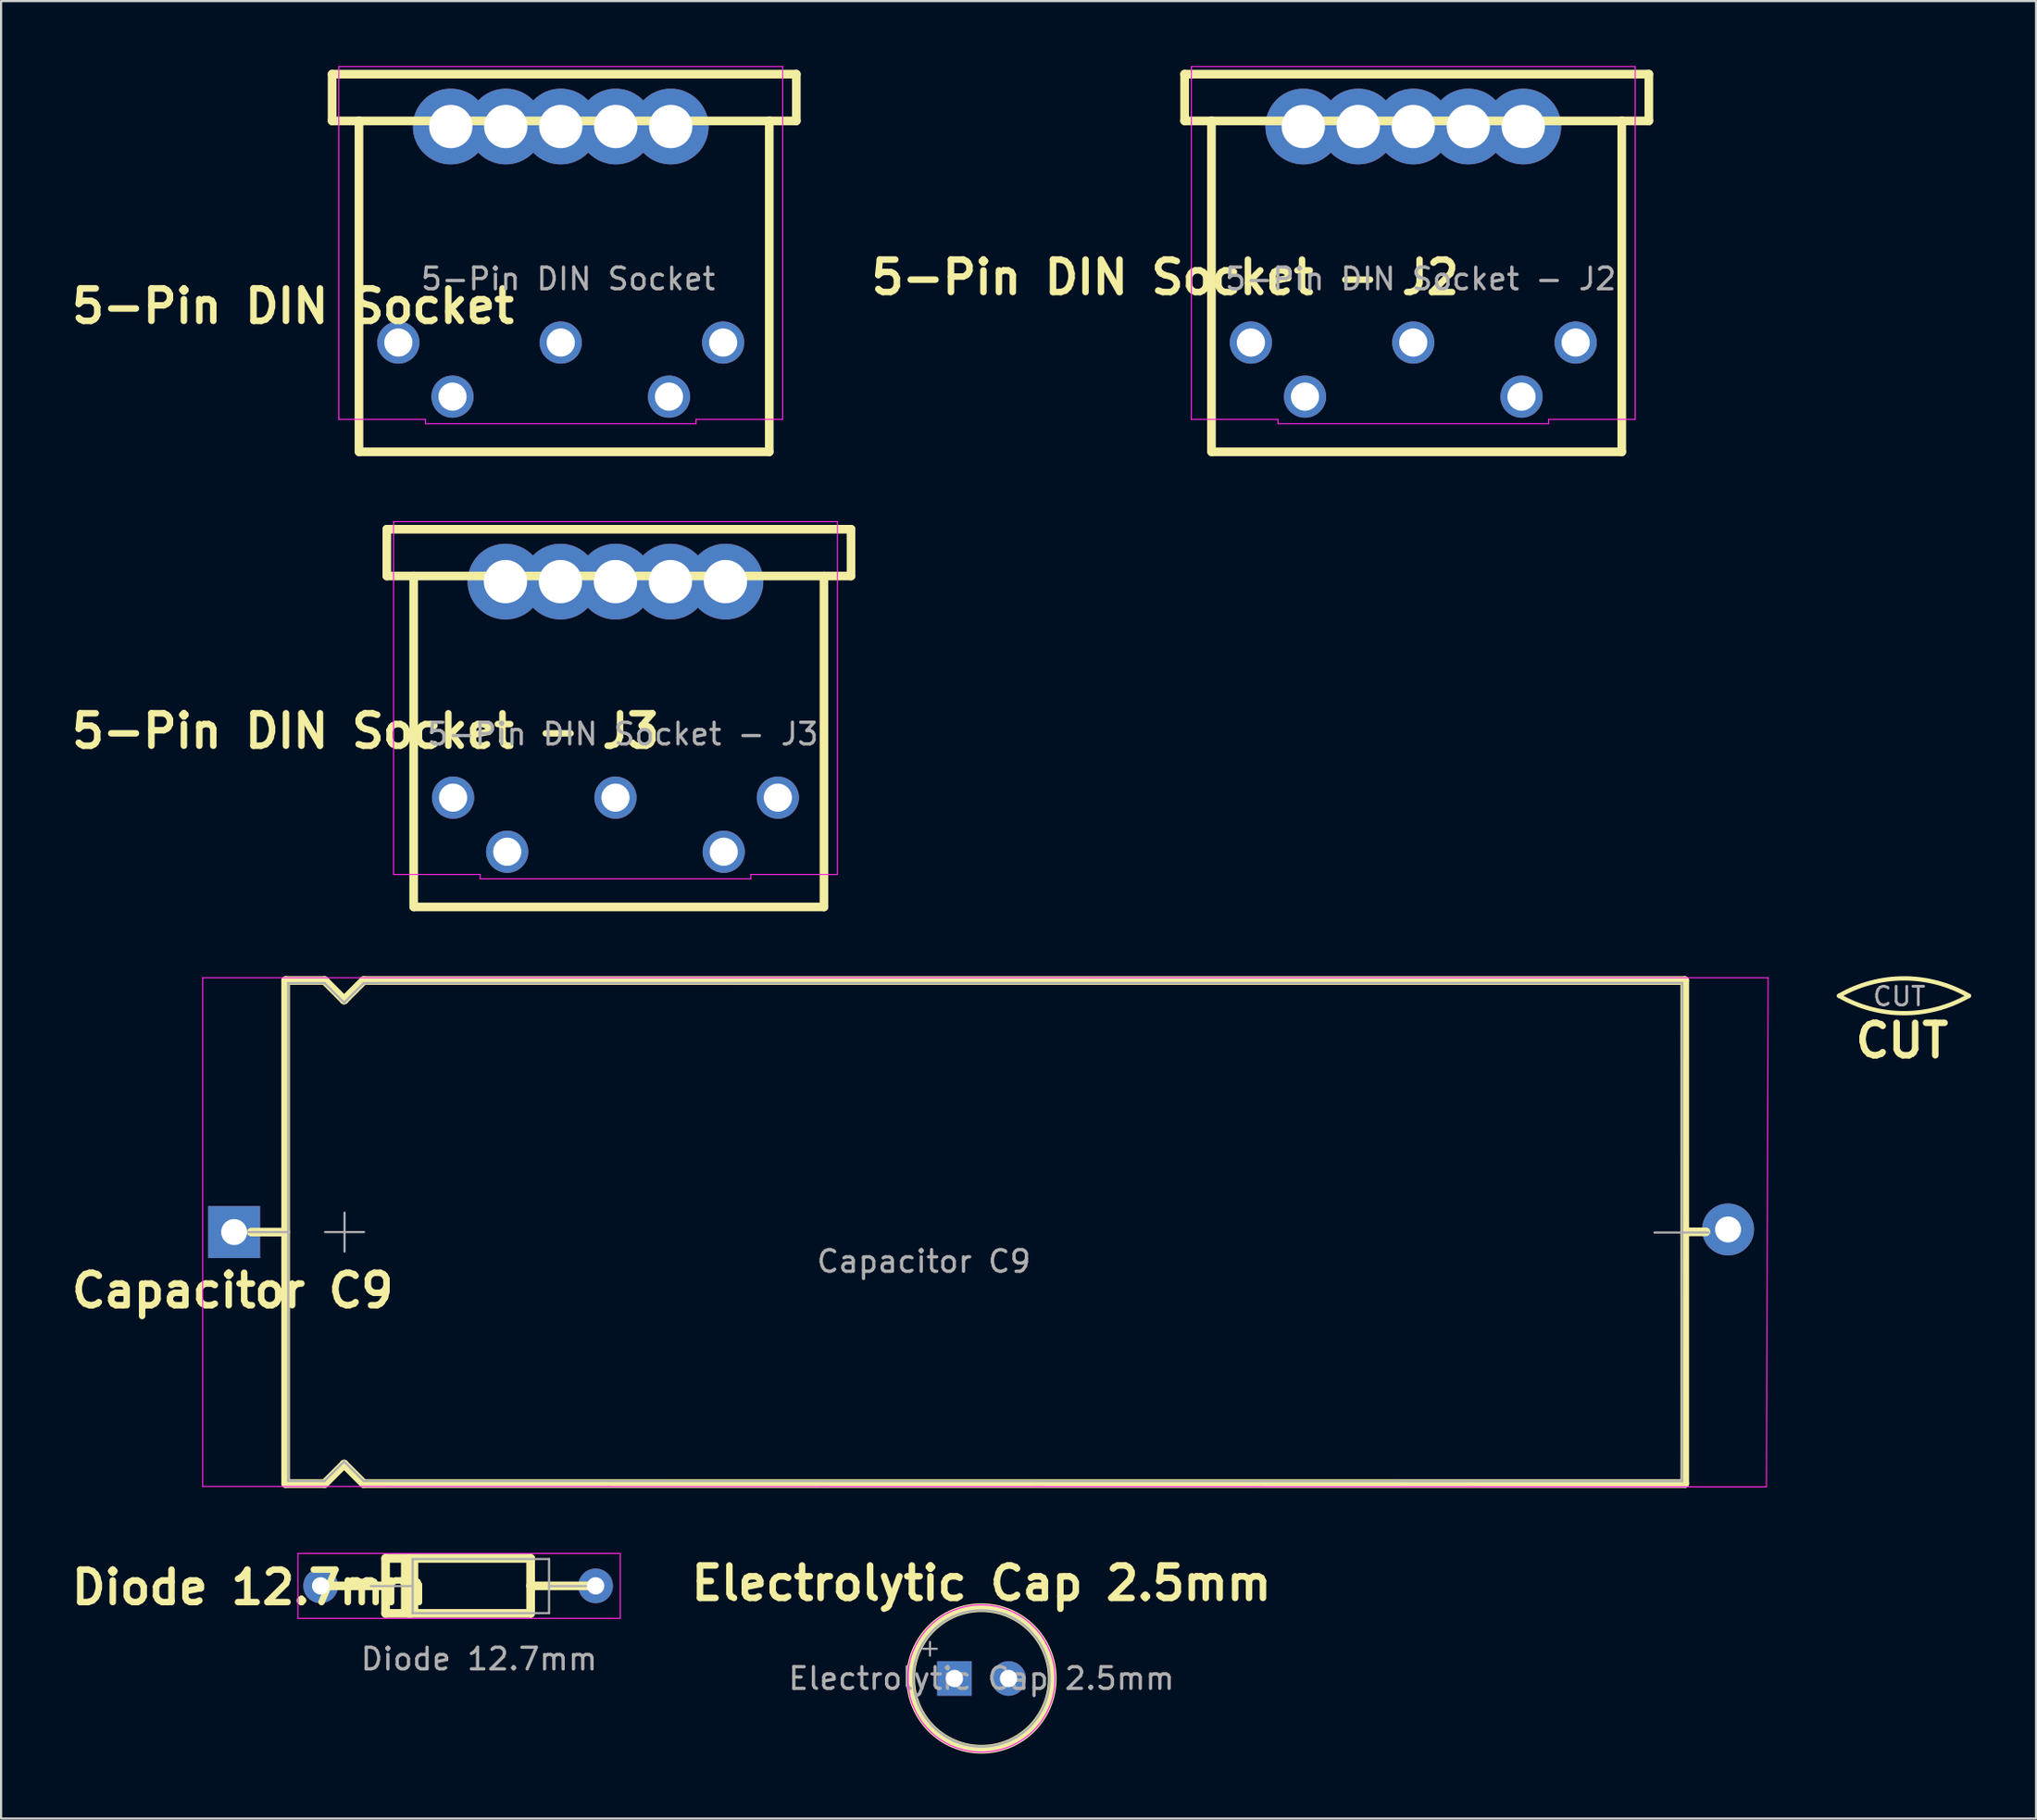
<source format=kicad_pcb>
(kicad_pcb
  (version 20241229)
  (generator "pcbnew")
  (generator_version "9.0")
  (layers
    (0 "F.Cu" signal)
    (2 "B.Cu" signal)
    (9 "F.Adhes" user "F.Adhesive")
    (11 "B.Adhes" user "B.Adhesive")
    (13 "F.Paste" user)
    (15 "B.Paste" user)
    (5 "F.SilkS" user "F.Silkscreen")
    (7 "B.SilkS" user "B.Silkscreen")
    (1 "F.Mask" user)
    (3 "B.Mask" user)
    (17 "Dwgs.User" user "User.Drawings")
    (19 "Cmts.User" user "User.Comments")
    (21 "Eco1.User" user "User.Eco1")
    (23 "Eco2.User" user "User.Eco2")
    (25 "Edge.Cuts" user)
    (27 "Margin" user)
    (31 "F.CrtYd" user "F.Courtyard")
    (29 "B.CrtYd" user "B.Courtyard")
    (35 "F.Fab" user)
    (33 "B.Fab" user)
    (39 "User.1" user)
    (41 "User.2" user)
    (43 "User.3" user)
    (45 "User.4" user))
  (footprint "5-Pin DIN Socket - J2"
    (layer "F.Cu")
    (at 62.214 9.435)
    (property "Reference" "5-Pin DIN Socket - J2" (at -11.45 0.328 0) (unlocked yes) (layer "F.SilkS") (effects (font (size 1.5 1.5) (thickness 0.3) (bold yes))))
    (attr through_hole)
    (fp_line (start -10.55 -9.06) (end -10.55 -6.9) (stroke (width 0.4) (type default)) (layer "F.SilkS"))
    (fp_line (start -10.55 -6.9) (end -9.31 -6.9) (stroke (width 0.4) (type default)) (layer "F.SilkS"))
    (fp_line (start -9.31 -6.9) (end -9.31 8.39) (stroke (width 0.4) (type default)) (layer "F.SilkS"))
    (fp_line (start -9.31 -6.9) (end 9.64 -6.9) (stroke (width 0.4) (type default)) (layer "F.SilkS"))
    (fp_line (start -9.29 8.39) (end 9.64 8.39) (stroke (width 0.4) (type default)) (layer "F.SilkS"))
    (fp_line (start 9.64 8.39) (end 9.64 -6.9) (stroke (width 0.4) (type default)) (layer "F.SilkS"))
    (fp_line (start 9.655 -6.9) (end 10.89 -6.9) (stroke (width 0.4) (type default)) (layer "F.SilkS"))
    (fp_line (start 10.89 -9.06) (end -10.55 -9.06) (stroke (width 0.4) (type default)) (layer "F.SilkS"))
    (fp_line (start 10.89 -6.9) (end 10.89 -9.06) (stroke (width 0.4) (type default)) (layer "F.SilkS"))
    (fp_line (start -10.24 -9.41) (end 10.26 -9.41) (stroke (width 0.05) (type solid)) (layer "F.CrtYd"))
    (fp_line (start -10.24 6.89) (end -10.24 -9.41) (stroke (width 0.05) (type solid)) (layer "F.CrtYd"))
    (fp_line (start -6.24 6.89) (end -10.24 6.89) (stroke (width 0.05) (type solid)) (layer "F.CrtYd"))
    (fp_line (start -6.24 7.09) (end -6.24 6.89) (stroke (width 0.05) (type solid)) (layer "F.CrtYd"))
    (fp_line (start 6.26 6.89) (end 6.26 7.09) (stroke (width 0.05) (type solid)) (layer "F.CrtYd"))
    (fp_line (start 6.26 7.09) (end -6.24 7.09) (stroke (width 0.05) (type solid)) (layer "F.CrtYd"))
    (fp_line (start 10.26 -9.41) (end 10.26 6.89) (stroke (width 0.05) (type solid)) (layer "F.CrtYd"))
    (fp_line (start 10.26 6.89) (end 6.26 6.89) (stroke (width 0.05) (type solid)) (layer "F.CrtYd"))
    (fp_text user "${REFERENCE}" (at 0.35 0.4 0) (unlocked yes) (layer "F.Fab") (effects (font (size 1 1) (thickness 0.15))))
    (pad "1" thru_hole circle (at -7.49 3.34 180) (size 1.95 1.95) (drill 1.3) (layers "*.Cu" "*.Mask"))
    (pad "2" thru_hole circle (at 0.01 3.34 180) (size 1.95 1.95) (drill 1.3) (layers "*.Cu" "*.Mask"))
    (pad "3" thru_hole circle (at 7.51 3.34 180) (size 1.95 1.95) (drill 1.3) (layers "*.Cu" "*.Mask"))
    (pad "4" thru_hole circle (at -4.99 5.84 180) (size 1.95 1.95) (drill 1.3) (layers "*.Cu" "*.Mask"))
    (pad "5" thru_hole circle (at -5.07 -6.64 180) (size 3.5 3.5) (drill 2) (layers "*.Cu" "*.Mask"))
    (pad "5" thru_hole circle (at -2.53 -6.64 180) (size 3.5 3.5) (drill 2) (layers "*.Cu" "*.Mask"))
    (pad "5" thru_hole circle (at 0.01 -6.64 180) (size 3.5 3.5) (drill 2) (layers "*.Cu" "*.Mask"))
    (pad "5" thru_hole circle (at 2.55 -6.64 180) (size 3.5 3.5) (drill 2) (layers "*.Cu" "*.Mask"))
    (pad "5" thru_hole circle (at 5.01 5.84 180) (size 1.95 1.95) (drill 1.3) (layers "*.Cu" "*.Mask"))
    (pad "5" thru_hole circle (at 5.09 -6.64 180) (size 3.5 3.5) (drill 2) (layers "*.Cu" "*.Mask")))
  (footprint "Capacitor C9"
    (layer "F.Cu")
    (at 39.618 52.725)
    (property "Reference" "Capacitor C9" (at -31.925 3.845 0) (unlocked yes) (layer "F.SilkS") (effects (font (size 1.5 1.5) (thickness 0.3) (bold yes))))
    (attr through_hole)
    (fp_line (start -31.06 1.145) (end -29.475 1.145) (stroke (width 0.4) (type solid)) (layer "F.SilkS"))
    (fp_line (start -29.475 -10.475) (end -29.475 12.765) (stroke (width 0.4) (type solid)) (layer "F.SilkS"))
    (fp_line (start -29.475 -10.475) (end -27.675 -10.475) (stroke (width 0.4) (type solid)) (layer "F.SilkS"))
    (fp_line (start -29.475 12.765) (end -27.675 12.765) (stroke (width 0.4) (type solid)) (layer "F.SilkS"))
    (fp_line (start -27.675 -10.475) (end -26.775 -9.575) (stroke (width 0.4) (type solid)) (layer "F.SilkS"))
    (fp_line (start -27.675 12.765) (end -26.775 11.865) (stroke (width 0.4) (type solid)) (layer "F.SilkS"))
    (fp_line (start -26.775 -9.575) (end -25.875 -10.475) (stroke (width 0.4) (type solid)) (layer "F.SilkS"))
    (fp_line (start -26.775 11.865) (end -25.875 12.765) (stroke (width 0.4) (type solid)) (layer "F.SilkS"))
    (fp_line (start -25.875 -10.475) (end 35.145 -10.475) (stroke (width 0.4) (type solid)) (layer "F.SilkS"))
    (fp_line (start -25.875 12.765) (end 35.145 12.765) (stroke (width 0.4) (type solid)) (layer "F.SilkS"))
    (fp_line (start 35.145 -10.475) (end 35.145 12.765) (stroke (width 0.4) (type solid)) (layer "F.SilkS"))
    (fp_line (start 36.125 1.135) (end 35.185 1.135) (stroke (width 0.4) (type solid)) (layer "F.SilkS"))
    (fp_line (start -33.305 -10.605) (end -33.305 12.895) (stroke (width 0.05) (type solid)) (layer "F.CrtYd"))
    (fp_line (start -33.305 12.895) (end 38.915 12.915) (stroke (width 0.05) (type solid)) (layer "F.CrtYd"))
    (fp_line (start 38.915 12.915) (end 38.995 -10.605) (stroke (width 0.05) (type solid)) (layer "F.CrtYd"))
    (fp_line (start 38.995 -10.605) (end -33.305 -10.605) (stroke (width 0.05) (type solid)) (layer "F.CrtYd"))
    (fp_line (start -31.855 1.145) (end -29.355 1.145) (stroke (width 0.1) (type solid)) (layer "F.Fab"))
    (fp_line (start -29.355 -10.355) (end -29.355 12.645) (stroke (width 0.1) (type solid)) (layer "F.Fab"))
    (fp_line (start -29.355 -10.355) (end -27.675 -10.355) (stroke (width 0.1) (type solid)) (layer "F.Fab"))
    (fp_line (start -29.355 12.645) (end -27.675 12.645) (stroke (width 0.1) (type solid)) (layer "F.Fab"))
    (fp_line (start -27.675 -10.355) (end -26.775 -9.455) (stroke (width 0.1) (type solid)) (layer "F.Fab"))
    (fp_line (start -27.675 12.645) (end -26.775 11.745) (stroke (width 0.1) (type solid)) (layer "F.Fab"))
    (fp_line (start -27.655 1.145) (end -25.855 1.145) (stroke (width 0.1) (type solid)) (layer "F.Fab"))
    (fp_line (start -26.775 -9.455) (end -25.875 -10.355) (stroke (width 0.1) (type solid)) (layer "F.Fab"))
    (fp_line (start -26.775 11.745) (end -25.875 12.645) (stroke (width 0.1) (type solid)) (layer "F.Fab"))
    (fp_line (start -26.755 0.245) (end -26.755 2.045) (stroke (width 0.1) (type solid)) (layer "F.Fab"))
    (fp_line (start -25.875 -10.355) (end 35.035 -10.365) (stroke (width 0.1) (type solid)) (layer "F.Fab"))
    (fp_line (start -25.875 12.645) (end 35.025 12.655) (stroke (width 0.1) (type solid)) (layer "F.Fab"))
    (fp_line (start 35.035 -10.365) (end 35.025 12.655) (stroke (width 0.1) (type solid)) (layer "F.Fab"))
    (fp_line (start 36.245 1.165) (end 33.745 1.165) (stroke (width 0.1) (type solid)) (layer "F.Fab"))
    (fp_text user "${REFERENCE}" (at 0 2.5 0) (unlocked yes) (layer "F.Fab") (effects (font (size 1 1) (thickness 0.15))))
    (pad "1" thru_hole rect (at -31.855 1.145) (size 2.4 2.4) (drill 1.2) (layers "*.Cu" "*.Mask"))
    (pad "2" thru_hole oval (at 37.145 1.025) (size 2.4 2.4) (drill 1.2) (layers "*.Cu" "*.Mask")))
  (footprint "Electrolytic Cap 2.5mm"
    (layer "F.Cu")
    (at 41.031 74.494)
    (property "Reference" "Electrolytic Cap 2.5mm" (at 1.25 -4.4 180) (layer "F.SilkS") (effects (font (size 1.5 1.5) (thickness 0.3) (bold yes))))
    (attr through_hole)
    (fp_circle (center 1.25 0) (end 4.52 0) (stroke (width 0.4) (type solid)) (fill no) (layer "F.SilkS"))
    (fp_circle (center 1.25 0) (end 4.65 0) (stroke (width 0.05) (type solid)) (fill no) (layer "F.CrtYd"))
    (fp_line (start -1.444 -1.373) (end -0.814 -1.373) (stroke (width 0.1) (type solid)) (layer "F.Fab"))
    (fp_line (start -1.129 -1.688) (end -1.129 -1.058) (stroke (width 0.1) (type solid)) (layer "F.Fab"))
    (fp_circle (center 1.25 0) (end 4.4 0) (stroke (width 0.1) (type solid)) (fill no) (layer "F.Fab"))
    (fp_text user "${REFERENCE}" (at 1.25 0 180) (layer "F.Fab") (effects (font (size 1 1) (thickness 0.15))))
    (pad "1" thru_hole rect (at 0 0) (size 1.6 1.6) (drill 0.8) (layers "*.Cu" "*.Mask"))
    (pad "2" thru_hole circle (at 2.5 0) (size 1.6 1.6) (drill 0.8) (layers "*.Cu" "*.Mask")))
  (footprint "Diode 12.7mm"
    (layer "F.Cu")
    (at 19.099 70.195)
    (property "Reference" "Diode 12.7mm" (at -10.62 0.09 0) (unlocked yes) (layer "F.SilkS") (effects (font (size 1.5 1.5) (thickness 0.3) (bold yes))))
    (attr through_hole)
    (fp_line (start -7.34 0.02) (end -4.34 0.02) (stroke (width 0.4) (type default)) (layer "F.SilkS"))
    (fp_line (start -4.34 -1.25) (end 2.36 -1.25) (stroke (width 0.4) (type default)) (layer "F.SilkS"))
    (fp_line (start -4.34 0.02) (end -4.34 -1.25) (stroke (width 0.4) (type default)) (layer "F.SilkS"))
    (fp_line (start -4.34 0.02) (end -4.34 1.29) (stroke (width 0.4) (type default)) (layer "F.SilkS"))
    (fp_line (start -4.34 1.29) (end 2.36 1.29) (stroke (width 0.4) (type default)) (layer "F.SilkS"))
    (fp_line (start -3.23 -1.04) (end -3.23 1.09) (stroke (width 0.8) (type default)) (layer "F.SilkS"))
    (fp_line (start 2.36 0.02) (end 2.36 -1.25) (stroke (width 0.4) (type default)) (layer "F.SilkS"))
    (fp_line (start 2.36 0.02) (end 2.36 1.29) (stroke (width 0.4) (type default)) (layer "F.SilkS"))
    (fp_line (start 5.36 0.02) (end 2.36 0.02) (stroke (width 0.4) (type default)) (layer "F.SilkS"))
    (fp_line (start -8.39 -1.48) (end -8.39 1.52) (stroke (width 0.05) (type solid)) (layer "F.CrtYd"))
    (fp_line (start -8.39 1.52) (end 6.5 1.52) (stroke (width 0.05) (type solid)) (layer "F.CrtYd"))
    (fp_line (start 6.5 -1.48) (end -8.39 -1.48) (stroke (width 0.05) (type solid)) (layer "F.CrtYd"))
    (fp_line (start 6.5 1.515) (end 6.5 -1.475) (stroke (width 0.05) (type solid)) (layer "F.CrtYd"))
    (fp_line (start -5.02 0.03) (end -3.09 0.03) (stroke (width 0.1) (type solid)) (layer "F.Fab"))
    (fp_line (start -3.09 -1.22) (end -3.09 1.28) (stroke (width 0.1) (type solid)) (layer "F.Fab"))
    (fp_line (start -3.09 1.28) (end 3.21 1.28) (stroke (width 0.1) (type solid)) (layer "F.Fab"))
    (fp_line (start 3.21 -1.22) (end -3.09 -1.22) (stroke (width 0.1) (type solid)) (layer "F.Fab"))
    (fp_line (start 3.21 1.28) (end 3.21 -1.22) (stroke (width 0.1) (type solid)) (layer "F.Fab"))
    (fp_line (start 5.14 0.03) (end 3.21 0.03) (stroke (width 0.1) (type solid)) (layer "F.Fab"))
    (fp_text user "${REFERENCE}" (at -0.02 3.4 0) (unlocked yes) (layer "F.Fab") (effects (font (size 1 1) (thickness 0.15))))
    (pad "1" thru_hole circle (at -7.34 0.02) (size 1.6 1.6) (drill 0.8) (layers "*.Cu" "*.Mask"))
    (pad "2" thru_hole oval (at 5.36 0.02) (size 1.6 1.6) (drill 0.8) (layers "*.Cu" "*.Mask")))
  (footprint "CUT"
    (layer "F.Cu")
    (at 81.888 42.954)
    (property "Reference" "CUT" (at 2.91 2.07 0) (layer "F.SilkS") (effects (font (size 1.5 1.5) (thickness 0.3) (bold yes))))
    (attr through_hole)
    (fp_arc (start 0 0) (mid 3 -0.803848) (end 6 0) (stroke (width 0.2) (type default)) (layer "F.SilkS"))
    (fp_arc (start 6 0) (mid 3 0.803848) (end 0 0) (stroke (width 0.2) (type default)) (layer "F.SilkS"))
    (fp_text user "${REFERENCE}" (at 2.78 0.03 0) (layer "F.Fab") (effects (font (size 0.86 0.86) (thickness 0.129)))))
  (footprint "5-Pin DIN Socket - J3"
    (layer "F.Cu")
    (at 25.366 30.46)
    (property "Reference" "5-Pin DIN Socket - J3" (at -11.53 0.263 0) (unlocked yes) (layer "F.SilkS") (effects (font (size 1.5 1.5) (thickness 0.3) (bold yes))))
    (attr through_hole)
    (fp_line (start -10.55 -9.06) (end -10.55 -6.9) (stroke (width 0.4) (type default)) (layer "F.SilkS"))
    (fp_line (start -10.55 -6.9) (end -9.31 -6.9) (stroke (width 0.4) (type default)) (layer "F.SilkS"))
    (fp_line (start -9.31 -6.9) (end -9.31 8.39) (stroke (width 0.4) (type default)) (layer "F.SilkS"))
    (fp_line (start -9.31 -6.9) (end 9.64 -6.9) (stroke (width 0.4) (type default)) (layer "F.SilkS"))
    (fp_line (start -9.29 8.39) (end 9.64 8.39) (stroke (width 0.4) (type default)) (layer "F.SilkS"))
    (fp_line (start 9.64 8.39) (end 9.64 -6.9) (stroke (width 0.4) (type default)) (layer "F.SilkS"))
    (fp_line (start 9.655 -6.9) (end 10.89 -6.9) (stroke (width 0.4) (type default)) (layer "F.SilkS"))
    (fp_line (start 10.89 -9.06) (end -10.55 -9.06) (stroke (width 0.4) (type default)) (layer "F.SilkS"))
    (fp_line (start 10.89 -6.9) (end 10.89 -9.06) (stroke (width 0.4) (type default)) (layer "F.SilkS"))
    (fp_line (start -10.24 -9.41) (end 10.26 -9.41) (stroke (width 0.05) (type solid)) (layer "F.CrtYd"))
    (fp_line (start -10.24 6.89) (end -10.24 -9.41) (stroke (width 0.05) (type solid)) (layer "F.CrtYd"))
    (fp_line (start -6.24 6.89) (end -10.24 6.89) (stroke (width 0.05) (type solid)) (layer "F.CrtYd"))
    (fp_line (start -6.24 7.09) (end -6.24 6.89) (stroke (width 0.05) (type solid)) (layer "F.CrtYd"))
    (fp_line (start 6.26 6.89) (end 6.26 7.09) (stroke (width 0.05) (type solid)) (layer "F.CrtYd"))
    (fp_line (start 6.26 7.09) (end -6.24 7.09) (stroke (width 0.05) (type solid)) (layer "F.CrtYd"))
    (fp_line (start 10.26 -9.41) (end 10.26 6.89) (stroke (width 0.05) (type solid)) (layer "F.CrtYd"))
    (fp_line (start 10.26 6.89) (end 6.26 6.89) (stroke (width 0.05) (type solid)) (layer "F.CrtYd"))
    (fp_text user "${REFERENCE}" (at 0.35 0.4 0) (unlocked yes) (layer "F.Fab") (effects (font (size 1 1) (thickness 0.15))))
    (pad "1" thru_hole circle (at -7.49 3.34 180) (size 1.95 1.95) (drill 1.3) (layers "*.Cu" "*.Mask"))
    (pad "2" thru_hole circle (at -5.07 -6.64 180) (size 3.5 3.5) (drill 2) (layers "*.Cu" "*.Mask"))
    (pad "2" thru_hole circle (at -2.53 -6.64 180) (size 3.5 3.5) (drill 2) (layers "*.Cu" "*.Mask"))
    (pad "2" thru_hole circle (at 0.01 -6.64 180) (size 3.5 3.5) (drill 2) (layers "*.Cu" "*.Mask"))
    (pad "2" thru_hole circle (at 0.01 3.34 180) (size 1.95 1.95) (drill 1.3) (layers "*.Cu" "*.Mask"))
    (pad "2" thru_hole circle (at 2.55 -6.64 180) (size 3.5 3.5) (drill 2) (layers "*.Cu" "*.Mask"))
    (pad "2" thru_hole circle (at 5.09 -6.64 180) (size 3.5 3.5) (drill 2) (layers "*.Cu" "*.Mask"))
    (pad "3" thru_hole circle (at 7.51 3.34 180) (size 1.95 1.95) (drill 1.3) (layers "*.Cu" "*.Mask"))
    (pad "4" thru_hole circle (at -4.99 5.84 180) (size 1.95 1.95) (drill 1.3) (layers "*.Cu" "*.Mask"))
    (pad "5" thru_hole circle (at 5.01 5.84 180) (size 1.95 1.95) (drill 1.3) (layers "*.Cu" "*.Mask")))
  (footprint "5-Pin DIN Socket"
    (layer "F.Cu")
    (at 22.839 9.435)
    (property "Reference" "5-Pin DIN Socket" (at -12.36 1.66 0) (unlocked yes) (layer "F.SilkS") (effects (font (size 1.5 1.5) (thickness 0.3) (bold yes))))
    (attr through_hole)
    (fp_line (start -10.55 -9.06) (end -10.55 -6.9) (stroke (width 0.4) (type default)) (layer "F.SilkS"))
    (fp_line (start -10.55 -6.9) (end -9.31 -6.9) (stroke (width 0.4) (type default)) (layer "F.SilkS"))
    (fp_line (start -9.31 -6.9) (end -9.31 8.39) (stroke (width 0.4) (type default)) (layer "F.SilkS"))
    (fp_line (start -9.31 -6.9) (end 9.64 -6.9) (stroke (width 0.4) (type default)) (layer "F.SilkS"))
    (fp_line (start -9.29 8.39) (end 9.64 8.39) (stroke (width 0.4) (type default)) (layer "F.SilkS"))
    (fp_line (start 9.64 8.39) (end 9.64 -6.9) (stroke (width 0.4) (type default)) (layer "F.SilkS"))
    (fp_line (start 9.655 -6.9) (end 10.89 -6.9) (stroke (width 0.4) (type default)) (layer "F.SilkS"))
    (fp_line (start 10.89 -9.06) (end -10.55 -9.06) (stroke (width 0.4) (type default)) (layer "F.SilkS"))
    (fp_line (start 10.89 -6.9) (end 10.89 -9.06) (stroke (width 0.4) (type default)) (layer "F.SilkS"))
    (fp_line (start -10.24 -9.41) (end 10.26 -9.41) (stroke (width 0.05) (type solid)) (layer "F.CrtYd"))
    (fp_line (start -10.24 6.89) (end -10.24 -9.41) (stroke (width 0.05) (type solid)) (layer "F.CrtYd"))
    (fp_line (start -6.24 6.89) (end -10.24 6.89) (stroke (width 0.05) (type solid)) (layer "F.CrtYd"))
    (fp_line (start -6.24 7.09) (end -6.24 6.89) (stroke (width 0.05) (type solid)) (layer "F.CrtYd"))
    (fp_line (start 6.26 6.89) (end 6.26 7.09) (stroke (width 0.05) (type solid)) (layer "F.CrtYd"))
    (fp_line (start 6.26 7.09) (end -6.24 7.09) (stroke (width 0.05) (type solid)) (layer "F.CrtYd"))
    (fp_line (start 10.26 -9.41) (end 10.26 6.89) (stroke (width 0.05) (type solid)) (layer "F.CrtYd"))
    (fp_line (start 10.26 6.89) (end 6.26 6.89) (stroke (width 0.05) (type solid)) (layer "F.CrtYd"))
    (fp_text user "${REFERENCE}" (at 0.35 0.4 0) (unlocked yes) (layer "F.Fab") (effects (font (size 1 1) (thickness 0.15))))
    (pad "1" thru_hole circle (at -7.49 3.34 180) (size 1.95 1.95) (drill 1.3) (layers "*.Cu" "*.Mask"))
    (pad "2" thru_hole circle (at 0.01 3.34 180) (size 1.95 1.95) (drill 1.3) (layers "*.Cu" "*.Mask"))
    (pad "3" thru_hole circle (at 7.51 3.34 180) (size 1.95 1.95) (drill 1.3) (layers "*.Cu" "*.Mask"))
    (pad "4" thru_hole circle (at -5.07 -6.64 180) (size 3.5 3.5) (drill 2) (layers "*.Cu" "*.Mask"))
    (pad "4" thru_hole circle (at -4.99 5.84 180) (size 1.95 1.95) (drill 1.3) (layers "*.Cu" "*.Mask"))
    (pad "4" thru_hole circle (at -2.53 -6.64 180) (size 3.5 3.5) (drill 2) (layers "*.Cu" "*.Mask"))
    (pad "4" thru_hole circle (at 0.01 -6.64 180) (size 3.5 3.5) (drill 2) (layers "*.Cu" "*.Mask"))
    (pad "4" thru_hole circle (at 2.55 -6.64 180) (size 3.5 3.5) (drill 2) (layers "*.Cu" "*.Mask"))
    (pad "4" thru_hole circle (at 5.09 -6.64 180) (size 3.5 3.5) (drill 2) (layers "*.Cu" "*.Mask"))
    (pad "5" thru_hole circle (at 5.01 5.84 180) (size 1.95 1.95) (drill 1.3) (layers "*.Cu" "*.Mask")))
  (gr_rect
    (start -3 -3)
    (end 90.988 80.964)
    (stroke (width 0.1) (type default))
    (fill no)
    (layer "Edge.Cuts")))
</source>
